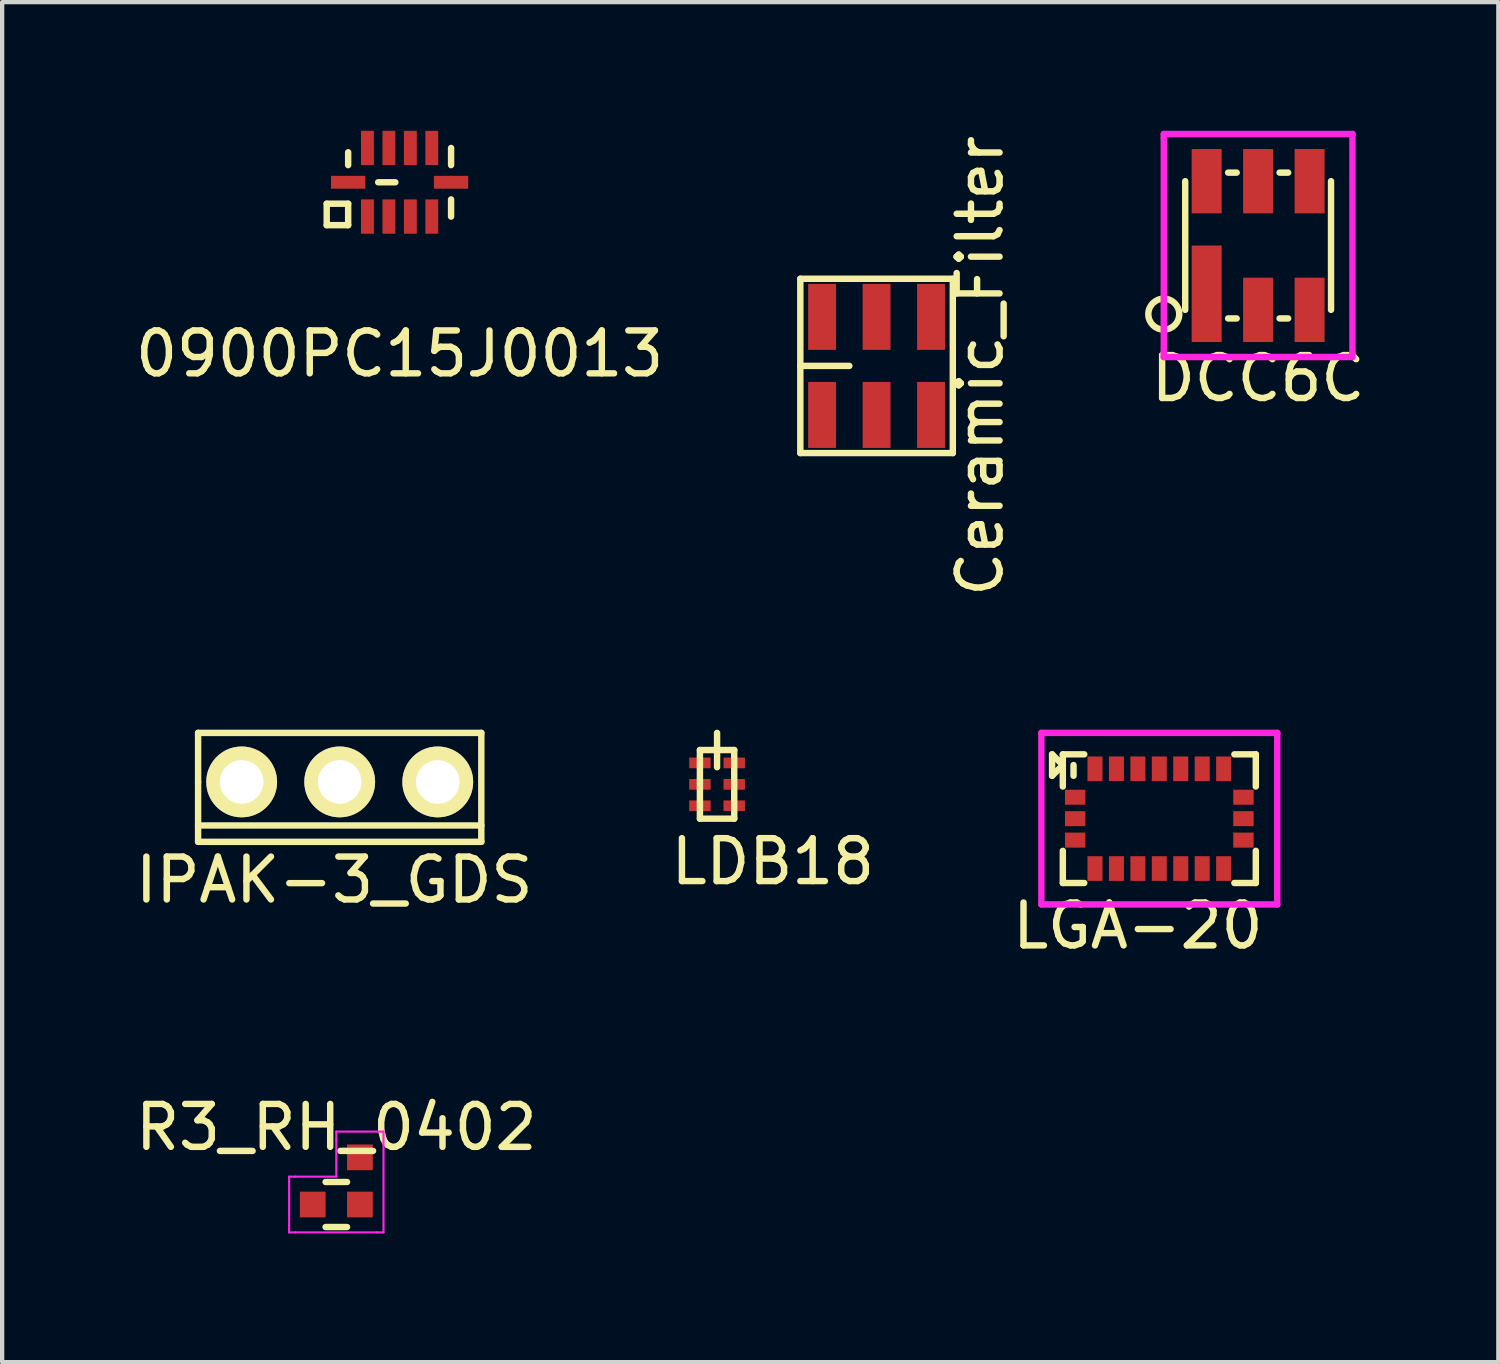
<source format=kicad_pcb>
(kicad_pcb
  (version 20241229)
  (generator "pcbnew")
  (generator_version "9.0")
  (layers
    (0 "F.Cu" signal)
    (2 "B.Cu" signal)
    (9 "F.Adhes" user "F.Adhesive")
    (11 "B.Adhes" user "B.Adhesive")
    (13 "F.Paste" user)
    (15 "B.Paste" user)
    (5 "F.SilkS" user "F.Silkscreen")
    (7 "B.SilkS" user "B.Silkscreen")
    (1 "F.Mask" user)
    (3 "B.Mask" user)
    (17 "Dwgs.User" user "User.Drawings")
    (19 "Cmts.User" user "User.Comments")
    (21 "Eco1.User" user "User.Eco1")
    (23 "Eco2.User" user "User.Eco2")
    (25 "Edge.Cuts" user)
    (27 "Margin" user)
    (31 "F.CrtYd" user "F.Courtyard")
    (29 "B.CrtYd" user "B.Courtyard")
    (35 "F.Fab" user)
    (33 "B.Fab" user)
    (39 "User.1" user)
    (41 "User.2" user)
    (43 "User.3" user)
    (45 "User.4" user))
  (footprint "Ceramic_Filter"
    (layer "F.Cu")
    (at 17.389 5.482)
    (property "Reference" "Ceramic_Filter" (at 2.413 0 90) (layer "F.SilkS") (effects (font (size 1 1) (thickness 0.15))))
    (attr through_hole)
    (fp_line (start -1.778 -2.032) (end 1.778 -2.032) (stroke (width 0.15) (type solid)) (layer "F.SilkS"))
    (fp_line (start -1.778 0) (end -0.635 0) (stroke (width 0.15) (type solid)) (layer "F.SilkS"))
    (fp_line (start -1.778 2.032) (end -1.778 -2.032) (stroke (width 0.15) (type solid)) (layer "F.SilkS"))
    (fp_line (start 1.778 -2.032) (end 1.778 2.032) (stroke (width 0.15) (type solid)) (layer "F.SilkS"))
    (fp_line (start 1.778 2.032) (end -1.778 2.032) (stroke (width 0.15) (type solid)) (layer "F.SilkS"))
    (pad "1" smd rect (at -1.27 1.143) (size 0.65 1.539) (layers "F.Cu" "F.Mask" "F.Paste"))
    (pad "2" smd rect (at 0 1.143) (size 0.65 1.539) (layers "F.Cu" "F.Mask" "F.Paste"))
    (pad "3" smd rect (at 1.27 1.143) (size 0.65 1.539) (layers "F.Cu" "F.Mask" "F.Paste"))
    (pad "4" smd rect (at 1.27 -1.143) (size 0.65 1.539) (layers "F.Cu" "F.Mask" "F.Paste"))
    (pad "5" smd rect (at 0 -1.143) (size 0.65 1.539) (layers "F.Cu" "F.Mask" "F.Paste"))
    (pad "6" smd rect (at -1.27 -1.143) (size 0.65 1.539) (layers "F.Cu" "F.Mask" "F.Paste")))
  (footprint "0900PC15J0013"
    (layer "F.Cu")
    (at 6.268 1.2)
    (property "Reference" "0900PC15J0013" (at 0 4 0) (layer "F.SilkS") (effects (font (size 1 1) (thickness 0.15))))
    (attr through_hole)
    (fp_line (start -1.7 0.5) (end -1.2 0.5) (stroke (width 0.15) (type solid)) (layer "F.SilkS"))
    (fp_line (start -1.7 1) (end -1.7 0.5) (stroke (width 0.15) (type solid)) (layer "F.SilkS"))
    (fp_line (start -1.2 -0.4) (end -1.2 -0.7) (stroke (width 0.15) (type solid)) (layer "F.SilkS"))
    (fp_line (start -1.2 0.5) (end -1.2 1) (stroke (width 0.15) (type solid)) (layer "F.SilkS"))
    (fp_line (start -1.2 1) (end -1.7 1) (stroke (width 0.15) (type solid)) (layer "F.SilkS"))
    (fp_line (start -0.5 0) (end -0.1 0) (stroke (width 0.15) (type solid)) (layer "F.SilkS"))
    (fp_line (start 1.2 -0.4) (end 1.2 -0.8) (stroke (width 0.15) (type solid)) (layer "F.SilkS"))
    (fp_line (start 1.2 0.4) (end 1.2 0.8) (stroke (width 0.15) (type solid)) (layer "F.SilkS"))
    (pad "1" smd rect (at -0.75 0.8 90) (size 0.8 0.3) (layers "F.Cu" "F.Mask" "F.Paste"))
    (pad "2" smd rect (at -0.25 0.8 90) (size 0.8 0.3) (layers "F.Cu" "F.Mask" "F.Paste"))
    (pad "3" smd rect (at 0.25 0.8 90) (size 0.8 0.3) (layers "F.Cu" "F.Mask" "F.Paste"))
    (pad "4" smd rect (at 0.75 0.8 90) (size 0.8 0.3) (layers "F.Cu" "F.Mask" "F.Paste"))
    (pad "5" smd rect (at 1.2 0 180) (size 0.8 0.3) (layers "F.Cu" "F.Mask" "F.Paste"))
    (pad "6" smd rect (at 0.75 -0.8 270) (size 0.8 0.3) (layers "F.Cu" "F.Mask" "F.Paste"))
    (pad "7" smd rect (at 0.25 -0.8 270) (size 0.8 0.3) (layers "F.Cu" "F.Mask" "F.Paste"))
    (pad "8" smd rect (at -0.25 -0.8 270) (size 0.8 0.3) (layers "F.Cu" "F.Mask" "F.Paste"))
    (pad "9" smd rect (at -0.75 -0.8 270) (size 0.8 0.3) (layers "F.Cu" "F.Mask" "F.Paste"))
    (pad "10" smd rect (at -1.2 0 180) (size 0.8 0.3) (layers "F.Cu" "F.Mask" "F.Paste")))
  (footprint "IPAK-3_GDS"
    (layer "F.Cu")
    (at 4.871 15.182)
    (property "Reference" "IPAK-3_GDS" (at -0.127 2.286 0) (layer "F.SilkS") (effects (font (size 1 1) (thickness 0.15))))
    (attr through_hole)
    (fp_line (start -3.302 -1.143) (end -3.302 0) (stroke (width 0.15) (type solid)) (layer "F.SilkS"))
    (fp_line (start -3.302 0) (end -3.302 1.397) (stroke (width 0.15) (type solid)) (layer "F.SilkS"))
    (fp_line (start -3.302 1.016) (end 3.302 1.016) (stroke (width 0.15) (type solid)) (layer "F.SilkS"))
    (fp_line (start -3.302 1.397) (end 3.302 1.397) (stroke (width 0.15) (type solid)) (layer "F.SilkS"))
    (fp_line (start 3.302 -1.143) (end -3.302 -1.143) (stroke (width 0.15) (type solid)) (layer "F.SilkS"))
    (fp_line (start 3.302 1.397) (end 3.302 -1.143) (stroke (width 0.15) (type solid)) (layer "F.SilkS"))
    (pad "D" thru_hole circle (at 0 0) (size 1.651 1.651) (drill 1.016) (layers "*.Cu" "*.Mask" "F.SilkS"))
    (pad "G" thru_hole circle (at 2.286 0) (size 1.651 1.651) (drill 1.016) (layers "*.Cu" "*.Mask" "F.SilkS"))
    (pad "S" thru_hole circle (at -2.286 0) (size 1.651 1.651) (drill 1.016) (layers "*.Cu" "*.Mask" "F.SilkS")))
  (footprint "LGA-20"
    (layer "F.Cu")
    (at 23.982 16.039)
    (property "Reference" "LGA-20" (at -0.5 2.5 0) (layer "F.SilkS") (effects (font (size 1 1) (thickness 0.15))))
    (attr through_hole)
    (fp_line (start -2.5 -1.5) (end -2.25 -1.25) (stroke (width 0.15) (type solid)) (layer "F.SilkS"))
    (fp_line (start -2.5 -1) (end -2.5 -1.5) (stroke (width 0.15) (type solid)) (layer "F.SilkS"))
    (fp_line (start -2.25 -1.5) (end -2.25 -0.75) (stroke (width 0.15) (type solid)) (layer "F.SilkS"))
    (fp_line (start -2.25 -1.25) (end -2.5 -1) (stroke (width 0.15) (type solid)) (layer "F.SilkS"))
    (fp_line (start -2.25 0.75) (end -2.25 1.5) (stroke (width 0.15) (type solid)) (layer "F.SilkS"))
    (fp_line (start -2.25 1.5) (end -1.75 1.5) (stroke (width 0.15) (type solid)) (layer "F.SilkS"))
    (fp_line (start -2 -1.25) (end -2 -1) (stroke (width 0.15) (type solid)) (layer "F.SilkS"))
    (fp_line (start -1.75 -1.5) (end -2.25 -1.5) (stroke (width 0.15) (type solid)) (layer "F.SilkS"))
    (fp_line (start 1.75 -1.5) (end 2.25 -1.5) (stroke (width 0.15) (type solid)) (layer "F.SilkS"))
    (fp_line (start 2.25 -1.5) (end 2.25 -0.75) (stroke (width 0.15) (type solid)) (layer "F.SilkS"))
    (fp_line (start 2.25 0.75) (end 2.25 1.5) (stroke (width 0.15) (type solid)) (layer "F.SilkS"))
    (fp_line (start 2.25 1.5) (end 1.75 1.5) (stroke (width 0.15) (type solid)) (layer "F.SilkS"))
    (fp_line (start -2.75 -2) (end 2.75 -2) (stroke (width 0.15) (type solid)) (layer "F.CrtYd"))
    (fp_line (start -2.75 2) (end -2.75 -2) (stroke (width 0.15) (type solid)) (layer "F.CrtYd"))
    (fp_line (start 2.75 -2) (end 2.75 2) (stroke (width 0.15) (type solid)) (layer "F.CrtYd"))
    (fp_line (start 2.75 2) (end -2.75 2) (stroke (width 0.15) (type solid)) (layer "F.CrtYd"))
    (pad "1" smd rect (at -1.5 -1.163 90) (size 0.575 0.35) (layers "F.Cu" "F.Mask" "F.Paste"))
    (pad "2" smd rect (at -1 -1.163 90) (size 0.575 0.35) (layers "F.Cu" "F.Mask" "F.Paste"))
    (pad "3" smd rect (at -0.5 -1.163 90) (size 0.575 0.35) (layers "F.Cu" "F.Mask" "F.Paste"))
    (pad "4" smd rect (at 0 -1.163 90) (size 0.575 0.35) (layers "F.Cu" "F.Mask" "F.Paste"))
    (pad "5" smd rect (at 0.5 -1.163 90) (size 0.575 0.35) (layers "F.Cu" "F.Mask" "F.Paste"))
    (pad "6" smd rect (at 1 -1.163 90) (size 0.575 0.35) (layers "F.Cu" "F.Mask" "F.Paste"))
    (pad "7" smd rect (at 1.5 -1.163 90) (size 0.575 0.35) (layers "F.Cu" "F.Mask" "F.Paste"))
    (pad "8" smd rect (at 1.962 -0.5) (size 0.475 0.35) (layers "F.Cu" "F.Mask" "F.Paste"))
    (pad "9" smd rect (at 1.962 0) (size 0.475 0.35) (layers "F.Cu" "F.Mask" "F.Paste"))
    (pad "10" smd rect (at 1.962 0.5) (size 0.475 0.35) (layers "F.Cu" "F.Mask" "F.Paste"))
    (pad "11" smd rect (at 1.5 1.163 90) (size 0.575 0.35) (layers "F.Cu" "F.Mask" "F.Paste"))
    (pad "12" smd rect (at 1 1.163 90) (size 0.575 0.35) (layers "F.Cu" "F.Mask" "F.Paste"))
    (pad "13" smd rect (at 0.5 1.163 90) (size 0.575 0.35) (layers "F.Cu" "F.Mask" "F.Paste"))
    (pad "14" smd rect (at 0 1.163 90) (size 0.575 0.35) (layers "F.Cu" "F.Mask" "F.Paste"))
    (pad "15" smd rect (at -0.5 1.163 90) (size 0.575 0.35) (layers "F.Cu" "F.Mask" "F.Paste"))
    (pad "16" smd rect (at -1 1.163 90) (size 0.575 0.35) (layers "F.Cu" "F.Mask" "F.Paste"))
    (pad "17" smd rect (at -1.5 1.163 90) (size 0.575 0.35) (layers "F.Cu" "F.Mask" "F.Paste"))
    (pad "18" smd rect (at -1.962 0.5) (size 0.475 0.35) (layers "F.Cu" "F.Mask" "F.Paste"))
    (pad "19" smd rect (at -1.962 0) (size 0.475 0.35) (layers "F.Cu" "F.Mask" "F.Paste"))
    (pad "20" smd rect (at -1.962 -0.5) (size 0.475 0.35) (layers "F.Cu" "F.Mask" "F.Paste")))
  (footprint "DCC6C"
    (layer "F.Cu")
    (at 26.286 2.675)
    (property "Reference" "DCC6C" (at 0 3.1 0) (layer "F.SilkS") (effects (font (size 1 1) (thickness 0.15))))
    (attr through_hole)
    (fp_line (start -1.7 -1.5) (end -1.7 1.5) (stroke (width 0.15) (type solid)) (layer "F.SilkS"))
    (fp_line (start -0.7 -1.7) (end -0.5 -1.7) (stroke (width 0.15) (type solid)) (layer "F.SilkS"))
    (fp_line (start -0.7 1.7) (end -0.5 1.7) (stroke (width 0.15) (type solid)) (layer "F.SilkS"))
    (fp_line (start 0.5 -1.7) (end 0.7 -1.7) (stroke (width 0.15) (type solid)) (layer "F.SilkS"))
    (fp_line (start 0.5 1.7) (end 0.7 1.7) (stroke (width 0.15) (type solid)) (layer "F.SilkS"))
    (fp_line (start 1.7 1.5) (end 1.7 -1.5) (stroke (width 0.15) (type solid)) (layer "F.SilkS"))
    (fp_circle (center -2.2 1.6) (end -2 1.3) (stroke (width 0.15) (type solid)) (fill no) (layer "F.SilkS"))
    (fp_line (start -2.2 -2.6) (end 2.2 -2.6) (stroke (width 0.15) (type solid)) (layer "F.CrtYd"))
    (fp_line (start -2.2 -2.5) (end -2.2 -2.6) (stroke (width 0.15) (type solid)) (layer "F.CrtYd"))
    (fp_line (start -2.2 2.5) (end -2.2 -2.5) (stroke (width 0.15) (type solid)) (layer "F.CrtYd"))
    (fp_line (start -2.2 2.6) (end -2.2 2.5) (stroke (width 0.15) (type solid)) (layer "F.CrtYd"))
    (fp_line (start 2.2 -2.6) (end 2.2 2.5) (stroke (width 0.15) (type solid)) (layer "F.CrtYd"))
    (fp_line (start 2.2 2.6) (end -2.2 2.6) (stroke (width 0.15) (type solid)) (layer "F.CrtYd"))
    (fp_line (start 2.2 2.6) (end 2.2 2.5) (stroke (width 0.15) (type solid)) (layer "F.CrtYd"))
    (pad "1" smd rect (at -1.2 1.125) (size 0.7 2.25) (layers "F.Cu" "F.Mask" "F.Paste"))
    (pad "2" smd rect (at 0 1.5) (size 0.7 1.5) (layers "F.Cu" "F.Mask" "F.Paste"))
    (pad "3" smd rect (at 1.2 1.5) (size 0.7 1.5) (layers "F.Cu" "F.Mask" "F.Paste"))
    (pad "4" smd rect (at 1.2 -1.5) (size 0.7 1.5) (layers "F.Cu" "F.Mask" "F.Paste"))
    (pad "5" smd rect (at 0 -1.5) (size 0.7 1.5) (layers "F.Cu" "F.Mask" "F.Paste"))
    (pad "6" smd rect (at -1.2 -1.5) (size 0.7 1.5) (layers "F.Cu" "F.Mask" "F.Paste")))
  (footprint "R3_RH_0402"
    (layer "F.Cu")
    (at 4.792 25.036)
    (property "Reference" "R3_RH_0402" (at 0 -1.8 0) (layer "F.SilkS") (effects (font (size 1 1) (thickness 0.15))))
    (attr smd)
    (fp_line (start -0.25 0.525) (end 0.25 0.525) (stroke (width 0.15) (type solid)) (layer "F.SilkS"))
    (fp_line (start 0.25 -0.525) (end -0.25 -0.525) (stroke (width 0.15) (type solid)) (layer "F.SilkS"))
    (fp_line (start -1.1 -0.65) (end -0.95 -0.65) (stroke (width 0.05) (type solid)) (layer "F.CrtYd"))
    (fp_line (start -1.1 0.65) (end -1.1 -0.65) (stroke (width 0.05) (type solid)) (layer "F.CrtYd"))
    (fp_line (start -0.95 -0.65) (end 0 -0.65) (stroke (width 0.05) (type solid)) (layer "F.CrtYd"))
    (fp_line (start -0.95 0.65) (end -1.1 0.65) (stroke (width 0.05) (type solid)) (layer "F.CrtYd"))
    (fp_line (start -0.95 0.65) (end 0.95 0.65) (stroke (width 0.05) (type solid)) (layer "F.CrtYd"))
    (fp_line (start 0 -1.7) (end 0 -1.5) (stroke (width 0.05) (type solid)) (layer "F.CrtYd"))
    (fp_line (start 0 -1.5) (end 0 -0.65) (stroke (width 0.05) (type solid)) (layer "F.CrtYd"))
    (fp_line (start 0.95 0.65) (end 1.1 0.65) (stroke (width 0.05) (type solid)) (layer "F.CrtYd"))
    (fp_line (start 1.1 -1.7) (end 0 -1.7) (stroke (width 0.05) (type solid)) (layer "F.CrtYd"))
    (fp_line (start 1.1 0.65) (end 1.1 -1.7) (stroke (width 0.05) (type solid)) (layer "F.CrtYd"))
    (pad "1" smd rect (at -0.55 0) (size 0.6 0.6) (layers "F.Cu" "F.Mask" "F.Paste"))
    (pad "2" smd rect (at 0.55 0) (size 0.6 0.6) (layers "F.Cu" "F.Mask" "F.Paste"))
    (pad "3" smd rect (at 0.55 -1.1) (size 0.6 0.6) (layers "F.Cu" "F.Mask" "F.Paste")))
  (footprint "LDB18"
    (layer "F.Cu")
    (at 13.67 15.239)
    (property "Reference" "LDB18" (at 1.3 1.8 0) (layer "F.SilkS") (effects (font (size 1 1) (thickness 0.15))))
    (attr through_hole)
    (fp_line (start -0.4 -0.8) (end -0.4 0.8) (stroke (width 0.15) (type solid)) (layer "F.SilkS"))
    (fp_line (start -0.4 0.8) (end 0.4 0.8) (stroke (width 0.15) (type solid)) (layer "F.SilkS"))
    (fp_line (start 0 -0.4) (end 0 -1.2) (stroke (width 0.15) (type solid)) (layer "F.SilkS"))
    (fp_line (start 0.4 -0.8) (end -0.4 -0.8) (stroke (width 0.15) (type solid)) (layer "F.SilkS"))
    (fp_line (start 0.4 0.8) (end 0.4 -0.8) (stroke (width 0.15) (type solid)) (layer "F.SilkS"))
    (pad "1" smd rect (at -0.4 -0.5) (size 0.5 0.25) (layers "F.Cu" "F.Mask" "F.Paste"))
    (pad "2" smd rect (at -0.4 0) (size 0.5 0.25) (layers "F.Cu" "F.Mask" "F.Paste"))
    (pad "3" smd rect (at -0.4 0.5) (size 0.5 0.25) (layers "F.Cu" "F.Mask" "F.Paste"))
    (pad "4" smd rect (at 0.4 0.5) (size 0.5 0.25) (layers "F.Cu" "F.Mask" "F.Paste"))
    (pad "5" smd rect (at 0.4 0) (size 0.5 0.25) (layers "F.Cu" "F.Mask" "F.Paste"))
    (pad "6" smd rect (at 0.4 -0.5) (size 0.5 0.25) (layers "F.Cu" "F.Mask" "F.Paste")))
  (gr_rect
    (start -3 -3)
    (end 31.887 28.711)
    (stroke (width 0.1) (type default))
    (fill no)
    (layer "Edge.Cuts")))
</source>
